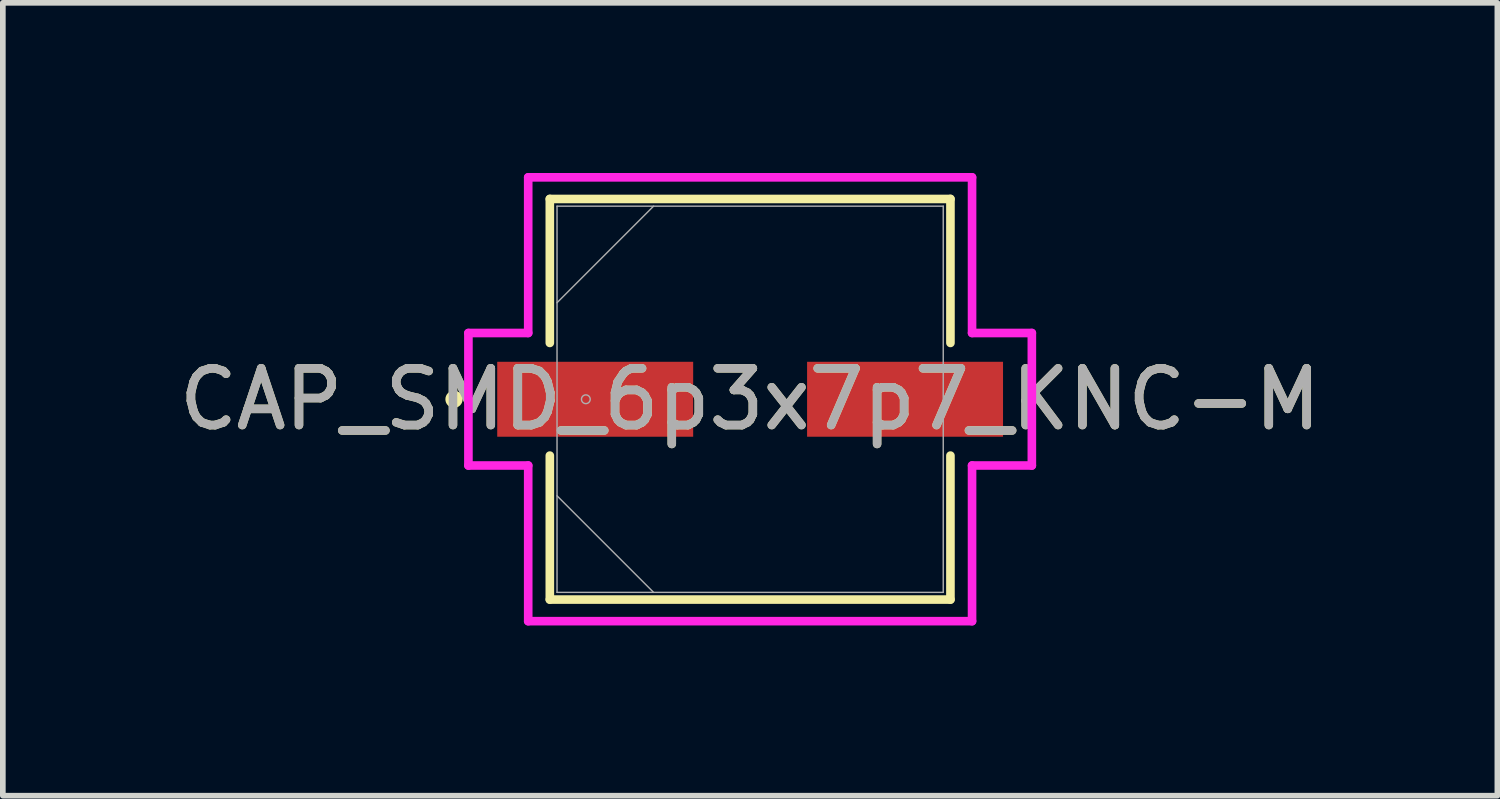
<source format=kicad_pcb>
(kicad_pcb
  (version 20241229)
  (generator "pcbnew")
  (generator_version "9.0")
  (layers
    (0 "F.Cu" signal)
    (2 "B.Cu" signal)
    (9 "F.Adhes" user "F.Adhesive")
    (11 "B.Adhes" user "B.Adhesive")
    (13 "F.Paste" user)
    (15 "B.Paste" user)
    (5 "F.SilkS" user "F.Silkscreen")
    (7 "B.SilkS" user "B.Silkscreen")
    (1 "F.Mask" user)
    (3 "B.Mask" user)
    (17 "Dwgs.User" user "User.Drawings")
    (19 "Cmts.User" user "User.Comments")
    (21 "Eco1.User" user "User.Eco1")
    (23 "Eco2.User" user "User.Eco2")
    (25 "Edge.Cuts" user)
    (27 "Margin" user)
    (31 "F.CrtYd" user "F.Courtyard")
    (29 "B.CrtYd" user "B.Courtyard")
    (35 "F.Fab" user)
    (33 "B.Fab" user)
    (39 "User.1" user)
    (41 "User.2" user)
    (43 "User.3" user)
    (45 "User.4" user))
  (footprint "CAP_SMD_6p3x7p7_KNC-M"
    (layer "F.Cu")
    (at 10.173 3.988)
    (property "Reference" "CAP_SMD_6p3x7p7_KNC-M" (at 0 0 0) (unlocked yes) (layer "F.SilkS") (effects (font (size 1 1) (thickness 0.15))))
    (attr smd)
    (fp_line (start -3.531 -3.531) (end -3.531 -0.993) (stroke (width 0.152) (type solid)) (layer "F.SilkS"))
    (fp_line (start -3.531 0.993) (end -3.531 3.531) (stroke (width 0.152) (type solid)) (layer "F.SilkS"))
    (fp_line (start -3.531 3.531) (end 3.531 3.531) (stroke (width 0.152) (type solid)) (layer "F.SilkS"))
    (fp_line (start 3.531 -3.531) (end -3.531 -3.531) (stroke (width 0.152) (type solid)) (layer "F.SilkS"))
    (fp_line (start 3.531 -0.993) (end 3.531 -3.531) (stroke (width 0.152) (type solid)) (layer "F.SilkS"))
    (fp_line (start 3.531 3.531) (end 3.531 0.993) (stroke (width 0.152) (type solid)) (layer "F.SilkS"))
    (fp_circle (center -5.22 0) (end -5.144 0) (stroke (width 0.152) (type solid)) (fill no) (layer "F.SilkS"))
    (fp_line (start -4.966 -1.168) (end -3.912 -1.168) (stroke (width 0.152) (type solid)) (layer "F.CrtYd"))
    (fp_line (start -4.966 1.168) (end -4.966 -1.168) (stroke (width 0.152) (type solid)) (layer "F.CrtYd"))
    (fp_line (start -3.912 -3.912) (end 3.912 -3.912) (stroke (width 0.152) (type solid)) (layer "F.CrtYd"))
    (fp_line (start -3.912 -1.168) (end -3.912 -3.912) (stroke (width 0.152) (type solid)) (layer "F.CrtYd"))
    (fp_line (start -3.912 1.168) (end -4.966 1.168) (stroke (width 0.152) (type solid)) (layer "F.CrtYd"))
    (fp_line (start -3.912 3.912) (end -3.912 1.168) (stroke (width 0.152) (type solid)) (layer "F.CrtYd"))
    (fp_line (start 3.912 -3.912) (end 3.912 -1.168) (stroke (width 0.152) (type solid)) (layer "F.CrtYd"))
    (fp_line (start 3.912 -1.168) (end 4.966 -1.168) (stroke (width 0.152) (type solid)) (layer "F.CrtYd"))
    (fp_line (start 3.912 1.168) (end 3.912 3.912) (stroke (width 0.152) (type solid)) (layer "F.CrtYd"))
    (fp_line (start 3.912 3.912) (end -3.912 3.912) (stroke (width 0.152) (type solid)) (layer "F.CrtYd"))
    (fp_line (start 4.966 -1.168) (end 4.966 1.168) (stroke (width 0.152) (type solid)) (layer "F.CrtYd"))
    (fp_line (start 4.966 1.168) (end 3.912 1.168) (stroke (width 0.152) (type solid)) (layer "F.CrtYd"))
    (fp_line (start -3.404 -3.404) (end -3.404 3.404) (stroke (width 0.025) (type solid)) (layer "F.Fab"))
    (fp_line (start -3.404 -1.702) (end -1.702 -3.404) (stroke (width 0.025) (type solid)) (layer "F.Fab"))
    (fp_line (start -3.404 1.702) (end -1.702 3.404) (stroke (width 0.025) (type solid)) (layer "F.Fab"))
    (fp_line (start -3.404 3.404) (end 3.404 3.404) (stroke (width 0.025) (type solid)) (layer "F.Fab"))
    (fp_line (start 3.404 -3.404) (end -3.404 -3.404) (stroke (width 0.025) (type solid)) (layer "F.Fab"))
    (fp_line (start 3.404 3.404) (end 3.404 -3.404) (stroke (width 0.025) (type solid)) (layer "F.Fab"))
    (fp_circle (center -2.896 0) (end -2.819 0) (stroke (width 0.025) (type solid)) (fill no) (layer "F.Fab"))
    (fp_text user "${REFERENCE}" (at 0 0 0) (unlocked yes) (layer "F.Fab") (effects (font (size 1 1) (thickness 0.15))))
    (pad "1" smd rect (at -2.731 0) (size 3.454 1.321) (layers "F.Cu" "F.Mask" "F.Paste"))
    (pad "2" smd rect (at 2.731 0) (size 3.454 1.321) (layers "F.Cu" "F.Mask" "F.Paste"))
    (zone (net_name "") (layer "F.Cu") (hatch full 0.508) (connect_pads) (min_thickness 0.254) (filled_areas_thickness no) (keepout (tracks not_allowed) (vias not_allowed) (pads allowed) (copperpour not_allowed) (footprints allowed)) (placement (enabled no)) (fill) (polygon (pts (xy 6.82 0.635) (xy 13.525 0.635) (xy 13.525 3.277) (xy 6.82 3.277))))
    (zone (net_name "") (layer "F.Cu") (hatch full 0.508) (connect_pads) (min_thickness 0.254) (filled_areas_thickness no) (keepout (tracks not_allowed) (vias not_allowed) (pads allowed) (copperpour not_allowed) (footprints allowed)) (placement (enabled no)) (fill) (polygon (pts (xy 6.82 4.699) (xy 13.525 4.699) (xy 13.525 7.341) (xy 6.82 7.341))))
    (zone (net_name "") (layer "F.Cu") (hatch full 0.508) (connect_pads) (min_thickness 0.254) (filled_areas_thickness no) (keepout (tracks not_allowed) (vias not_allowed) (pads allowed) (copperpour not_allowed) (footprints allowed)) (placement (enabled no)) (fill) (polygon (pts (xy 9.22 3.277) (xy 11.125 3.277) (xy 11.125 4.699) (xy 9.22 4.699)))))
  (gr_rect
    (start -3 -3)
    (end 23.345 10.976)
    (stroke (width 0.1) (type default))
    (fill no)
    (layer "Edge.Cuts")))
</source>
